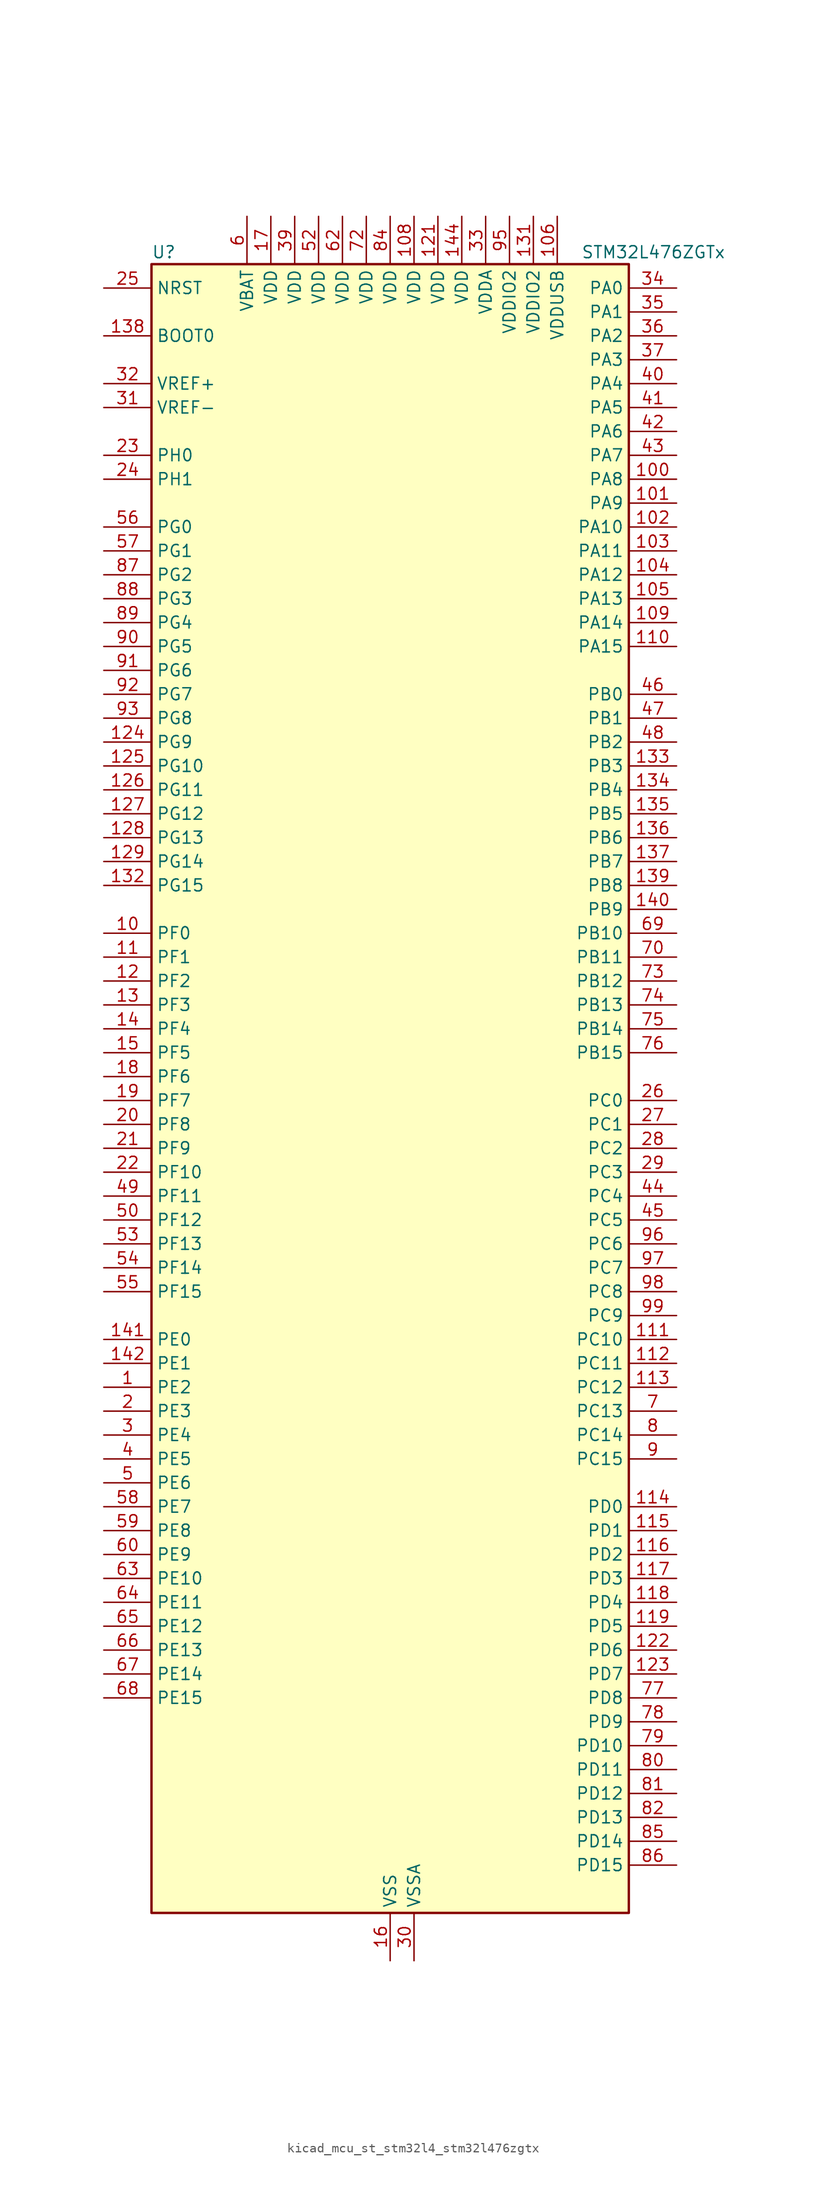
<source format=kicad_sym>
(kicad_symbol_lib
  (version 20220914)
  (generator kicad_symbol_editor)
  (symbol "kicad_mcu_st_stm32l4_stm32l476zgtx"
    (property "Reference" "U"
      (at -25.4 90.17 0)
      (effects (font (size 1.27 1.27)) (justify left)))
    (property "Value" "STM32L476ZGTx"
      (at 20.32 90.17 0)
      (effects (font (size 1.27 1.27)) (justify left)))
    (property "ki_locked" ""
      (at 0 0 0)
      (effects (font (size 1.27 1.27))))
    (symbol "kicad_mcu_st_stm32l4_stm32l476zgtx_0_1"
      (rectangle (start -25.4 -86.36) (end 25.4 88.9) (stroke (width 0.254) (type default)) (fill (type background))))
    (symbol "kicad_mcu_st_stm32l4_stm32l476zgtx_1_1"
      (pin bidirectional line (at -30.48 -30.48 0) (length 5.08) (name "PE2" (effects (font (size 1.27 1.27)))) (number "1" (effects (font (size 1.27 1.27)))) (alternate "FMC_A23" bidirectional line) (alternate "LCD_SEG38" bidirectional line) (alternate "SAI1_MCLK_A" bidirectional line) (alternate "SYS_TRACECLK" bidirectional line) (alternate "TIM3_ETR" bidirectional line) (alternate "TSC_G7_IO1" bidirectional line))
      (pin bidirectional line (at -30.48 17.78 0) (length 5.08) (name "PF0" (effects (font (size 1.27 1.27)))) (number "10" (effects (font (size 1.27 1.27)))) (alternate "FMC_A0" bidirectional line) (alternate "I2C2_SDA" bidirectional line))
      (pin bidirectional line (at 30.48 66.04 180) (length 5.08) (name "PA8" (effects (font (size 1.27 1.27)))) (number "100" (effects (font (size 1.27 1.27)))) (alternate "LCD_COM0" bidirectional line) (alternate "LPTIM2_OUT" bidirectional line) (alternate "RCC_MCO" bidirectional line) (alternate "TIM1_CH1" bidirectional line) (alternate "USART1_CK" bidirectional line) (alternate "USB_OTG_FS_SOF" bidirectional line))
      (pin bidirectional line (at 30.48 63.5 180) (length 5.08) (name "PA9" (effects (font (size 1.27 1.27)))) (number "101" (effects (font (size 1.27 1.27)))) (alternate "DAC1_EXTI9" bidirectional line) (alternate "LCD_COM1" bidirectional line) (alternate "TIM15_BKIN" bidirectional line) (alternate "TIM1_CH2" bidirectional line) (alternate "USART1_TX" bidirectional line) (alternate "USB_OTG_FS_VBUS" bidirectional line))
      (pin bidirectional line (at 30.48 60.96 180) (length 5.08) (name "PA10" (effects (font (size 1.27 1.27)))) (number "102" (effects (font (size 1.27 1.27)))) (alternate "LCD_COM2" bidirectional line) (alternate "TIM17_BKIN" bidirectional line) (alternate "TIM1_CH3" bidirectional line) (alternate "USART1_RX" bidirectional line) (alternate "USB_OTG_FS_ID" bidirectional line))
      (pin bidirectional line (at 30.48 58.42 180) (length 5.08) (name "PA11" (effects (font (size 1.27 1.27)))) (number "103" (effects (font (size 1.27 1.27)))) (alternate "ADC1_EXTI11" bidirectional line) (alternate "ADC2_EXTI11" bidirectional line) (alternate "ADC3_EXTI11" bidirectional line) (alternate "CAN1_RX" bidirectional line) (alternate "TIM1_BKIN2" bidirectional line) (alternate "TIM1_BKIN2_COMP1" bidirectional line) (alternate "TIM1_CH4" bidirectional line) (alternate "USART1_CTS" bidirectional line) (alternate "USB_OTG_FS_DM" bidirectional line))
      (pin bidirectional line (at 30.48 55.88 180) (length 5.08) (name "PA12" (effects (font (size 1.27 1.27)))) (number "104" (effects (font (size 1.27 1.27)))) (alternate "CAN1_TX" bidirectional line) (alternate "TIM1_ETR" bidirectional line) (alternate "USART1_DE" bidirectional line) (alternate "USART1_RTS" bidirectional line) (alternate "USB_OTG_FS_DP" bidirectional line))
      (pin bidirectional line (at 30.48 53.34 180) (length 5.08) (name "PA13" (effects (font (size 1.27 1.27)))) (number "105" (effects (font (size 1.27 1.27)))) (alternate "IR_OUT" bidirectional line) (alternate "SYS_JTMS-SWDIO" bidirectional line) (alternate "USB_OTG_FS_NOE" bidirectional line))
      (pin power_in line (at 17.78 93.98 270) (length 5.08) (name "VDDUSB" (effects (font (size 1.27 1.27)))) (number "106" (effects (font (size 1.27 1.27)))))
      (pin passive line (at 0 -91.44 90) (length 5.08) hide (name "VSS" (effects (font (size 1.27 1.27)))) (number "107" (effects (font (size 1.27 1.27)))))
      (pin power_in line (at 2.54 93.98 270) (length 5.08) (name "VDD" (effects (font (size 1.27 1.27)))) (number "108" (effects (font (size 1.27 1.27)))))
      (pin bidirectional line (at 30.48 50.8 180) (length 5.08) (name "PA14" (effects (font (size 1.27 1.27)))) (number "109" (effects (font (size 1.27 1.27)))) (alternate "SYS_JTCK-SWCLK" bidirectional line))
      (pin bidirectional line (at -30.48 15.24 0) (length 5.08) (name "PF1" (effects (font (size 1.27 1.27)))) (number "11" (effects (font (size 1.27 1.27)))) (alternate "FMC_A1" bidirectional line) (alternate "I2C2_SCL" bidirectional line))
      (pin bidirectional line (at 30.48 48.26 180) (length 5.08) (name "PA15" (effects (font (size 1.27 1.27)))) (number "110" (effects (font (size 1.27 1.27)))) (alternate "ADC1_EXTI15" bidirectional line) (alternate "ADC2_EXTI15" bidirectional line) (alternate "ADC3_EXTI15" bidirectional line) (alternate "LCD_SEG17" bidirectional line) (alternate "SAI2_FS_B" bidirectional line) (alternate "SPI1_NSS" bidirectional line) (alternate "SPI3_NSS" bidirectional line) (alternate "SYS_JTDI" bidirectional line) (alternate "TIM2_CH1" bidirectional line) (alternate "TIM2_ETR" bidirectional line) (alternate "TSC_G3_IO1" bidirectional line) (alternate "UART4_DE" bidirectional line) (alternate "UART4_RTS" bidirectional line))
      (pin bidirectional line (at 30.48 -25.4 180) (length 5.08) (name "PC10" (effects (font (size 1.27 1.27)))) (number "111" (effects (font (size 1.27 1.27)))) (alternate "LCD_COM4" bidirectional line) (alternate "LCD_SEG28" bidirectional line) (alternate "LCD_SEG40" bidirectional line) (alternate "SAI2_SCK_B" bidirectional line) (alternate "SDMMC1_D2" bidirectional line) (alternate "SPI3_SCK" bidirectional line) (alternate "TSC_G3_IO2" bidirectional line) (alternate "UART4_TX" bidirectional line) (alternate "USART3_TX" bidirectional line))
      (pin bidirectional line (at 30.48 -27.94 180) (length 5.08) (name "PC11" (effects (font (size 1.27 1.27)))) (number "112" (effects (font (size 1.27 1.27)))) (alternate "ADC1_EXTI11" bidirectional line) (alternate "ADC2_EXTI11" bidirectional line) (alternate "ADC3_EXTI11" bidirectional line) (alternate "LCD_COM5" bidirectional line) (alternate "LCD_SEG29" bidirectional line) (alternate "LCD_SEG41" bidirectional line) (alternate "SAI2_MCLK_B" bidirectional line) (alternate "SDMMC1_D3" bidirectional line) (alternate "SPI3_MISO" bidirectional line) (alternate "TSC_G3_IO3" bidirectional line) (alternate "UART4_RX" bidirectional line) (alternate "USART3_RX" bidirectional line))
      (pin bidirectional line (at 30.48 -30.48 180) (length 5.08) (name "PC12" (effects (font (size 1.27 1.27)))) (number "113" (effects (font (size 1.27 1.27)))) (alternate "LCD_COM6" bidirectional line) (alternate "LCD_SEG30" bidirectional line) (alternate "LCD_SEG42" bidirectional line) (alternate "SAI2_SD_B" bidirectional line) (alternate "SDMMC1_CK" bidirectional line) (alternate "SPI3_MOSI" bidirectional line) (alternate "TSC_G3_IO4" bidirectional line) (alternate "UART5_TX" bidirectional line) (alternate "USART3_CK" bidirectional line))
      (pin bidirectional line (at 30.48 -43.18 180) (length 5.08) (name "PD0" (effects (font (size 1.27 1.27)))) (number "114" (effects (font (size 1.27 1.27)))) (alternate "CAN1_RX" bidirectional line) (alternate "DFSDM1_DATIN7" bidirectional line) (alternate "FMC_D2" bidirectional line) (alternate "FMC_DA2" bidirectional line) (alternate "SPI2_NSS" bidirectional line))
      (pin bidirectional line (at 30.48 -45.72 180) (length 5.08) (name "PD1" (effects (font (size 1.27 1.27)))) (number "115" (effects (font (size 1.27 1.27)))) (alternate "CAN1_TX" bidirectional line) (alternate "DFSDM1_CKIN7" bidirectional line) (alternate "FMC_D3" bidirectional line) (alternate "FMC_DA3" bidirectional line) (alternate "SPI2_SCK" bidirectional line))
      (pin bidirectional line (at 30.48 -48.26 180) (length 5.08) (name "PD2" (effects (font (size 1.27 1.27)))) (number "116" (effects (font (size 1.27 1.27)))) (alternate "LCD_COM7" bidirectional line) (alternate "LCD_SEG31" bidirectional line) (alternate "LCD_SEG43" bidirectional line) (alternate "SDMMC1_CMD" bidirectional line) (alternate "TIM3_ETR" bidirectional line) (alternate "TSC_SYNC" bidirectional line) (alternate "UART5_RX" bidirectional line) (alternate "USART3_DE" bidirectional line) (alternate "USART3_RTS" bidirectional line))
      (pin bidirectional line (at 30.48 -50.8 180) (length 5.08) (name "PD3" (effects (font (size 1.27 1.27)))) (number "117" (effects (font (size 1.27 1.27)))) (alternate "DFSDM1_DATIN0" bidirectional line) (alternate "FMC_CLK" bidirectional line) (alternate "SPI2_MISO" bidirectional line) (alternate "USART2_CTS" bidirectional line))
      (pin bidirectional line (at 30.48 -53.34 180) (length 5.08) (name "PD4" (effects (font (size 1.27 1.27)))) (number "118" (effects (font (size 1.27 1.27)))) (alternate "DFSDM1_CKIN0" bidirectional line) (alternate "FMC_NOE" bidirectional line) (alternate "SPI2_MOSI" bidirectional line) (alternate "USART2_DE" bidirectional line) (alternate "USART2_RTS" bidirectional line))
      (pin bidirectional line (at 30.48 -55.88 180) (length 5.08) (name "PD5" (effects (font (size 1.27 1.27)))) (number "119" (effects (font (size 1.27 1.27)))) (alternate "FMC_NWE" bidirectional line) (alternate "USART2_TX" bidirectional line))
      (pin bidirectional line (at -30.48 12.7 0) (length 5.08) (name "PF2" (effects (font (size 1.27 1.27)))) (number "12" (effects (font (size 1.27 1.27)))) (alternate "FMC_A2" bidirectional line) (alternate "I2C2_SMBA" bidirectional line))
      (pin passive line (at 0 -91.44 90) (length 5.08) hide (name "VSS" (effects (font (size 1.27 1.27)))) (number "120" (effects (font (size 1.27 1.27)))))
      (pin power_in line (at 5.08 93.98 270) (length 5.08) (name "VDD" (effects (font (size 1.27 1.27)))) (number "121" (effects (font (size 1.27 1.27)))))
      (pin bidirectional line (at 30.48 -58.42 180) (length 5.08) (name "PD6" (effects (font (size 1.27 1.27)))) (number "122" (effects (font (size 1.27 1.27)))) (alternate "DFSDM1_DATIN1" bidirectional line) (alternate "FMC_NWAIT" bidirectional line) (alternate "SAI1_SD_A" bidirectional line) (alternate "USART2_RX" bidirectional line))
      (pin bidirectional line (at 30.48 -60.96 180) (length 5.08) (name "PD7" (effects (font (size 1.27 1.27)))) (number "123" (effects (font (size 1.27 1.27)))) (alternate "DFSDM1_CKIN1" bidirectional line) (alternate "FMC_NE1" bidirectional line) (alternate "USART2_CK" bidirectional line))
      (pin bidirectional line (at -30.48 38.1 0) (length 5.08) (name "PG9" (effects (font (size 1.27 1.27)))) (number "124" (effects (font (size 1.27 1.27)))) (alternate "DAC1_EXTI9" bidirectional line) (alternate "FMC_NCE3" bidirectional line) (alternate "FMC_NE2" bidirectional line) (alternate "SAI2_SCK_A" bidirectional line) (alternate "SPI3_SCK" bidirectional line) (alternate "TIM15_CH1N" bidirectional line) (alternate "USART1_TX" bidirectional line))
      (pin bidirectional line (at -30.48 35.56 0) (length 5.08) (name "PG10" (effects (font (size 1.27 1.27)))) (number "125" (effects (font (size 1.27 1.27)))) (alternate "FMC_NE3" bidirectional line) (alternate "LPTIM1_IN1" bidirectional line) (alternate "SAI2_FS_A" bidirectional line) (alternate "SPI3_MISO" bidirectional line) (alternate "TIM15_CH1" bidirectional line) (alternate "USART1_RX" bidirectional line))
      (pin bidirectional line (at -30.48 33.02 0) (length 5.08) (name "PG11" (effects (font (size 1.27 1.27)))) (number "126" (effects (font (size 1.27 1.27)))) (alternate "ADC1_EXTI11" bidirectional line) (alternate "ADC2_EXTI11" bidirectional line) (alternate "ADC3_EXTI11" bidirectional line) (alternate "LPTIM1_IN2" bidirectional line) (alternate "SAI2_MCLK_A" bidirectional line) (alternate "SPI3_MOSI" bidirectional line) (alternate "TIM15_CH2" bidirectional line) (alternate "USART1_CTS" bidirectional line))
      (pin bidirectional line (at -30.48 30.48 0) (length 5.08) (name "PG12" (effects (font (size 1.27 1.27)))) (number "127" (effects (font (size 1.27 1.27)))) (alternate "FMC_NE4" bidirectional line) (alternate "LPTIM1_ETR" bidirectional line) (alternate "SAI2_SD_A" bidirectional line) (alternate "SPI3_NSS" bidirectional line) (alternate "USART1_DE" bidirectional line) (alternate "USART1_RTS" bidirectional line))
      (pin bidirectional line (at -30.48 27.94 0) (length 5.08) (name "PG13" (effects (font (size 1.27 1.27)))) (number "128" (effects (font (size 1.27 1.27)))) (alternate "FMC_A24" bidirectional line) (alternate "I2C1_SDA" bidirectional line) (alternate "USART1_CK" bidirectional line))
      (pin bidirectional line (at -30.48 25.4 0) (length 5.08) (name "PG14" (effects (font (size 1.27 1.27)))) (number "129" (effects (font (size 1.27 1.27)))) (alternate "FMC_A25" bidirectional line) (alternate "I2C1_SCL" bidirectional line))
      (pin bidirectional line (at -30.48 10.16 0) (length 5.08) (name "PF3" (effects (font (size 1.27 1.27)))) (number "13" (effects (font (size 1.27 1.27)))) (alternate "ADC3_IN6" bidirectional line) (alternate "FMC_A3" bidirectional line))
      (pin passive line (at 0 -91.44 90) (length 5.08) hide (name "VSS" (effects (font (size 1.27 1.27)))) (number "130" (effects (font (size 1.27 1.27)))))
      (pin power_in line (at 15.24 93.98 270) (length 5.08) (name "VDDIO2" (effects (font (size 1.27 1.27)))) (number "131" (effects (font (size 1.27 1.27)))))
      (pin bidirectional line (at -30.48 22.86 0) (length 5.08) (name "PG15" (effects (font (size 1.27 1.27)))) (number "132" (effects (font (size 1.27 1.27)))) (alternate "ADC1_EXTI15" bidirectional line) (alternate "ADC2_EXTI15" bidirectional line) (alternate "ADC3_EXTI15" bidirectional line) (alternate "I2C1_SMBA" bidirectional line) (alternate "LPTIM1_OUT" bidirectional line))
      (pin bidirectional line (at 30.48 35.56 180) (length 5.08) (name "PB3" (effects (font (size 1.27 1.27)))) (number "133" (effects (font (size 1.27 1.27)))) (alternate "COMP2_INM" bidirectional line) (alternate "LCD_SEG7" bidirectional line) (alternate "SAI1_SCK_B" bidirectional line) (alternate "SPI1_SCK" bidirectional line) (alternate "SPI3_SCK" bidirectional line) (alternate "SYS_JTDO-SWO" bidirectional line) (alternate "TIM2_CH2" bidirectional line) (alternate "USART1_DE" bidirectional line) (alternate "USART1_RTS" bidirectional line))
      (pin bidirectional line (at 30.48 33.02 180) (length 5.08) (name "PB4" (effects (font (size 1.27 1.27)))) (number "134" (effects (font (size 1.27 1.27)))) (alternate "COMP2_INP" bidirectional line) (alternate "LCD_SEG8" bidirectional line) (alternate "SAI1_MCLK_B" bidirectional line) (alternate "SPI1_MISO" bidirectional line) (alternate "SPI3_MISO" bidirectional line) (alternate "SYS_JTRST" bidirectional line) (alternate "TIM17_BKIN" bidirectional line) (alternate "TIM3_CH1" bidirectional line) (alternate "TSC_G2_IO1" bidirectional line) (alternate "UART5_DE" bidirectional line) (alternate "UART5_RTS" bidirectional line) (alternate "USART1_CTS" bidirectional line))
      (pin bidirectional line (at 30.48 30.48 180) (length 5.08) (name "PB5" (effects (font (size 1.27 1.27)))) (number "135" (effects (font (size 1.27 1.27)))) (alternate "COMP2_OUT" bidirectional line) (alternate "I2C1_SMBA" bidirectional line) (alternate "LCD_SEG9" bidirectional line) (alternate "LPTIM1_IN1" bidirectional line) (alternate "SAI1_SD_B" bidirectional line) (alternate "SPI1_MOSI" bidirectional line) (alternate "SPI3_MOSI" bidirectional line) (alternate "TIM16_BKIN" bidirectional line) (alternate "TIM3_CH2" bidirectional line) (alternate "TSC_G2_IO2" bidirectional line) (alternate "UART5_CTS" bidirectional line) (alternate "USART1_CK" bidirectional line))
      (pin bidirectional line (at 30.48 27.94 180) (length 5.08) (name "PB6" (effects (font (size 1.27 1.27)))) (number "136" (effects (font (size 1.27 1.27)))) (alternate "COMP2_INP" bidirectional line) (alternate "DFSDM1_DATIN5" bidirectional line) (alternate "I2C1_SCL" bidirectional line) (alternate "LPTIM1_ETR" bidirectional line) (alternate "SAI1_FS_B" bidirectional line) (alternate "TIM16_CH1N" bidirectional line) (alternate "TIM4_CH1" bidirectional line) (alternate "TIM8_BKIN2" bidirectional line) (alternate "TIM8_BKIN2_COMP2" bidirectional line) (alternate "TSC_G2_IO3" bidirectional line) (alternate "USART1_TX" bidirectional line))
      (pin bidirectional line (at 30.48 25.4 180) (length 5.08) (name "PB7" (effects (font (size 1.27 1.27)))) (number "137" (effects (font (size 1.27 1.27)))) (alternate "COMP2_INM" bidirectional line) (alternate "DFSDM1_CKIN5" bidirectional line) (alternate "FMC_NL" bidirectional line) (alternate "I2C1_SDA" bidirectional line) (alternate "LCD_SEG21" bidirectional line) (alternate "LPTIM1_IN2" bidirectional line) (alternate "SYS_PVD_IN" bidirectional line) (alternate "TIM17_CH1N" bidirectional line) (alternate "TIM4_CH2" bidirectional line) (alternate "TIM8_BKIN" bidirectional line) (alternate "TIM8_BKIN_COMP1" bidirectional line) (alternate "TSC_G2_IO4" bidirectional line) (alternate "UART4_CTS" bidirectional line) (alternate "USART1_RX" bidirectional line))
      (pin input line (at -30.48 81.28 0) (length 5.08) (name "BOOT0" (effects (font (size 1.27 1.27)))) (number "138" (effects (font (size 1.27 1.27)))))
      (pin bidirectional line (at 30.48 22.86 180) (length 5.08) (name "PB8" (effects (font (size 1.27 1.27)))) (number "139" (effects (font (size 1.27 1.27)))) (alternate "CAN1_RX" bidirectional line) (alternate "DFSDM1_DATIN6" bidirectional line) (alternate "I2C1_SCL" bidirectional line) (alternate "LCD_SEG16" bidirectional line) (alternate "SAI1_MCLK_A" bidirectional line) (alternate "SDMMC1_D4" bidirectional line) (alternate "TIM16_CH1" bidirectional line) (alternate "TIM4_CH3" bidirectional line))
      (pin bidirectional line (at -30.48 7.62 0) (length 5.08) (name "PF4" (effects (font (size 1.27 1.27)))) (number "14" (effects (font (size 1.27 1.27)))) (alternate "ADC3_IN7" bidirectional line) (alternate "FMC_A4" bidirectional line))
      (pin bidirectional line (at 30.48 20.32 180) (length 5.08) (name "PB9" (effects (font (size 1.27 1.27)))) (number "140" (effects (font (size 1.27 1.27)))) (alternate "CAN1_TX" bidirectional line) (alternate "DAC1_EXTI9" bidirectional line) (alternate "DFSDM1_CKIN6" bidirectional line) (alternate "I2C1_SDA" bidirectional line) (alternate "IR_OUT" bidirectional line) (alternate "LCD_COM3" bidirectional line) (alternate "SAI1_FS_A" bidirectional line) (alternate "SDMMC1_D5" bidirectional line) (alternate "SPI2_NSS" bidirectional line) (alternate "TIM17_CH1" bidirectional line) (alternate "TIM4_CH4" bidirectional line))
      (pin bidirectional line (at -30.48 -25.4 0) (length 5.08) (name "PE0" (effects (font (size 1.27 1.27)))) (number "141" (effects (font (size 1.27 1.27)))) (alternate "FMC_NBL0" bidirectional line) (alternate "LCD_SEG36" bidirectional line) (alternate "TIM16_CH1" bidirectional line) (alternate "TIM4_ETR" bidirectional line))
      (pin bidirectional line (at -30.48 -27.94 0) (length 5.08) (name "PE1" (effects (font (size 1.27 1.27)))) (number "142" (effects (font (size 1.27 1.27)))) (alternate "FMC_NBL1" bidirectional line) (alternate "LCD_SEG37" bidirectional line) (alternate "TIM17_CH1" bidirectional line))
      (pin passive line (at 0 -91.44 90) (length 5.08) hide (name "VSS" (effects (font (size 1.27 1.27)))) (number "143" (effects (font (size 1.27 1.27)))))
      (pin power_in line (at 7.62 93.98 270) (length 5.08) (name "VDD" (effects (font (size 1.27 1.27)))) (number "144" (effects (font (size 1.27 1.27)))))
      (pin bidirectional line (at -30.48 5.08 0) (length 5.08) (name "PF5" (effects (font (size 1.27 1.27)))) (number "15" (effects (font (size 1.27 1.27)))) (alternate "ADC3_IN8" bidirectional line) (alternate "FMC_A5" bidirectional line))
      (pin power_in line (at 0 -91.44 90) (length 5.08) (name "VSS" (effects (font (size 1.27 1.27)))) (number "16" (effects (font (size 1.27 1.27)))))
      (pin power_in line (at -12.7 93.98 270) (length 5.08) (name "VDD" (effects (font (size 1.27 1.27)))) (number "17" (effects (font (size 1.27 1.27)))))
      (pin bidirectional line (at -30.48 2.54 0) (length 5.08) (name "PF6" (effects (font (size 1.27 1.27)))) (number "18" (effects (font (size 1.27 1.27)))) (alternate "ADC3_IN9" bidirectional line) (alternate "SAI1_SD_B" bidirectional line) (alternate "TIM5_CH1" bidirectional line) (alternate "TIM5_ETR" bidirectional line))
      (pin bidirectional line (at -30.48 0 0) (length 5.08) (name "PF7" (effects (font (size 1.27 1.27)))) (number "19" (effects (font (size 1.27 1.27)))) (alternate "ADC3_IN10" bidirectional line) (alternate "SAI1_MCLK_B" bidirectional line) (alternate "TIM5_CH2" bidirectional line))
      (pin bidirectional line (at -30.48 -33.02 0) (length 5.08) (name "PE3" (effects (font (size 1.27 1.27)))) (number "2" (effects (font (size 1.27 1.27)))) (alternate "FMC_A19" bidirectional line) (alternate "LCD_SEG39" bidirectional line) (alternate "SAI1_SD_B" bidirectional line) (alternate "SYS_TRACED0" bidirectional line) (alternate "TIM3_CH1" bidirectional line) (alternate "TSC_G7_IO2" bidirectional line))
      (pin bidirectional line (at -30.48 -2.54 0) (length 5.08) (name "PF8" (effects (font (size 1.27 1.27)))) (number "20" (effects (font (size 1.27 1.27)))) (alternate "ADC3_IN11" bidirectional line) (alternate "SAI1_SCK_B" bidirectional line) (alternate "TIM5_CH3" bidirectional line))
      (pin bidirectional line (at -30.48 -5.08 0) (length 5.08) (name "PF9" (effects (font (size 1.27 1.27)))) (number "21" (effects (font (size 1.27 1.27)))) (alternate "ADC3_IN12" bidirectional line) (alternate "DAC1_EXTI9" bidirectional line) (alternate "SAI1_FS_B" bidirectional line) (alternate "TIM15_CH1" bidirectional line) (alternate "TIM5_CH4" bidirectional line))
      (pin bidirectional line (at -30.48 -7.62 0) (length 5.08) (name "PF10" (effects (font (size 1.27 1.27)))) (number "22" (effects (font (size 1.27 1.27)))) (alternate "ADC3_IN13" bidirectional line) (alternate "TIM15_CH2" bidirectional line))
      (pin bidirectional line (at -30.48 68.58 0) (length 5.08) (name "PH0" (effects (font (size 1.27 1.27)))) (number "23" (effects (font (size 1.27 1.27)))) (alternate "RCC_OSC_IN" bidirectional line))
      (pin bidirectional line (at -30.48 66.04 0) (length 5.08) (name "PH1" (effects (font (size 1.27 1.27)))) (number "24" (effects (font (size 1.27 1.27)))) (alternate "RCC_OSC_OUT" bidirectional line))
      (pin input line (at -30.48 86.36 0) (length 5.08) (name "NRST" (effects (font (size 1.27 1.27)))) (number "25" (effects (font (size 1.27 1.27)))))
      (pin bidirectional line (at 30.48 0 180) (length 5.08) (name "PC0" (effects (font (size 1.27 1.27)))) (number "26" (effects (font (size 1.27 1.27)))) (alternate "ADC1_IN1" bidirectional line) (alternate "ADC2_IN1" bidirectional line) (alternate "ADC3_IN1" bidirectional line) (alternate "DFSDM1_DATIN4" bidirectional line) (alternate "I2C3_SCL" bidirectional line) (alternate "LCD_SEG18" bidirectional line) (alternate "LPTIM1_IN1" bidirectional line) (alternate "LPTIM2_IN1" bidirectional line) (alternate "LPUART1_RX" bidirectional line))
      (pin bidirectional line (at 30.48 -2.54 180) (length 5.08) (name "PC1" (effects (font (size 1.27 1.27)))) (number "27" (effects (font (size 1.27 1.27)))) (alternate "ADC1_IN2" bidirectional line) (alternate "ADC2_IN2" bidirectional line) (alternate "ADC3_IN2" bidirectional line) (alternate "DFSDM1_CKIN4" bidirectional line) (alternate "I2C3_SDA" bidirectional line) (alternate "LCD_SEG19" bidirectional line) (alternate "LPTIM1_OUT" bidirectional line) (alternate "LPUART1_TX" bidirectional line))
      (pin bidirectional line (at 30.48 -5.08 180) (length 5.08) (name "PC2" (effects (font (size 1.27 1.27)))) (number "28" (effects (font (size 1.27 1.27)))) (alternate "ADC1_IN3" bidirectional line) (alternate "ADC2_IN3" bidirectional line) (alternate "ADC3_IN3" bidirectional line) (alternate "DFSDM1_CKOUT" bidirectional line) (alternate "LCD_SEG20" bidirectional line) (alternate "LPTIM1_IN2" bidirectional line) (alternate "SPI2_MISO" bidirectional line))
      (pin bidirectional line (at 30.48 -7.62 180) (length 5.08) (name "PC3" (effects (font (size 1.27 1.27)))) (number "29" (effects (font (size 1.27 1.27)))) (alternate "ADC1_IN4" bidirectional line) (alternate "ADC2_IN4" bidirectional line) (alternate "ADC3_IN4" bidirectional line) (alternate "LCD_VLCD" bidirectional line) (alternate "LPTIM1_ETR" bidirectional line) (alternate "LPTIM2_ETR" bidirectional line) (alternate "SAI1_SD_A" bidirectional line) (alternate "SPI2_MOSI" bidirectional line))
      (pin bidirectional line (at -30.48 -35.56 0) (length 5.08) (name "PE4" (effects (font (size 1.27 1.27)))) (number "3" (effects (font (size 1.27 1.27)))) (alternate "DFSDM1_DATIN3" bidirectional line) (alternate "FMC_A20" bidirectional line) (alternate "SAI1_FS_A" bidirectional line) (alternate "SYS_TRACED1" bidirectional line) (alternate "TIM3_CH2" bidirectional line) (alternate "TSC_G7_IO3" bidirectional line))
      (pin power_in line (at 2.54 -91.44 90) (length 5.08) (name "VSSA" (effects (font (size 1.27 1.27)))) (number "30" (effects (font (size 1.27 1.27)))))
      (pin input line (at -30.48 73.66 0) (length 5.08) (name "VREF-" (effects (font (size 1.27 1.27)))) (number "31" (effects (font (size 1.27 1.27)))))
      (pin input line (at -30.48 76.2 0) (length 5.08) (name "VREF+" (effects (font (size 1.27 1.27)))) (number "32" (effects (font (size 1.27 1.27)))) (alternate "VREFBUF_OUT" bidirectional line))
      (pin power_in line (at 10.16 93.98 270) (length 5.08) (name "VDDA" (effects (font (size 1.27 1.27)))) (number "33" (effects (font (size 1.27 1.27)))))
      (pin bidirectional line (at 30.48 86.36 180) (length 5.08) (name "PA0" (effects (font (size 1.27 1.27)))) (number "34" (effects (font (size 1.27 1.27)))) (alternate "ADC1_IN5" bidirectional line) (alternate "ADC2_IN5" bidirectional line) (alternate "OPAMP1_VINP" bidirectional line) (alternate "RTC_TAMP2" bidirectional line) (alternate "SAI1_EXTCLK" bidirectional line) (alternate "SYS_WKUP1" bidirectional line) (alternate "TIM2_CH1" bidirectional line) (alternate "TIM2_ETR" bidirectional line) (alternate "TIM5_CH1" bidirectional line) (alternate "TIM8_ETR" bidirectional line) (alternate "UART4_TX" bidirectional line) (alternate "USART2_CTS" bidirectional line))
      (pin bidirectional line (at 30.48 83.82 180) (length 5.08) (name "PA1" (effects (font (size 1.27 1.27)))) (number "35" (effects (font (size 1.27 1.27)))) (alternate "ADC1_IN6" bidirectional line) (alternate "ADC2_IN6" bidirectional line) (alternate "LCD_SEG0" bidirectional line) (alternate "OPAMP1_VINM" bidirectional line) (alternate "TIM15_CH1N" bidirectional line) (alternate "TIM2_CH2" bidirectional line) (alternate "TIM5_CH2" bidirectional line) (alternate "UART4_RX" bidirectional line) (alternate "USART2_DE" bidirectional line) (alternate "USART2_RTS" bidirectional line))
      (pin bidirectional line (at 30.48 81.28 180) (length 5.08) (name "PA2" (effects (font (size 1.27 1.27)))) (number "36" (effects (font (size 1.27 1.27)))) (alternate "ADC1_IN7" bidirectional line) (alternate "ADC2_IN7" bidirectional line) (alternate "LCD_SEG1" bidirectional line) (alternate "RCC_LSCO" bidirectional line) (alternate "SAI2_EXTCLK" bidirectional line) (alternate "SYS_WKUP4" bidirectional line) (alternate "TIM15_CH1" bidirectional line) (alternate "TIM2_CH3" bidirectional line) (alternate "TIM5_CH3" bidirectional line) (alternate "USART2_TX" bidirectional line))
      (pin bidirectional line (at 30.48 78.74 180) (length 5.08) (name "PA3" (effects (font (size 1.27 1.27)))) (number "37" (effects (font (size 1.27 1.27)))) (alternate "ADC1_IN8" bidirectional line) (alternate "ADC2_IN8" bidirectional line) (alternate "LCD_SEG2" bidirectional line) (alternate "OPAMP1_VOUT" bidirectional line) (alternate "TIM15_CH2" bidirectional line) (alternate "TIM2_CH4" bidirectional line) (alternate "TIM5_CH4" bidirectional line) (alternate "USART2_RX" bidirectional line))
      (pin passive line (at 0 -91.44 90) (length 5.08) hide (name "VSS" (effects (font (size 1.27 1.27)))) (number "38" (effects (font (size 1.27 1.27)))))
      (pin power_in line (at -10.16 93.98 270) (length 5.08) (name "VDD" (effects (font (size 1.27 1.27)))) (number "39" (effects (font (size 1.27 1.27)))))
      (pin bidirectional line (at -30.48 -38.1 0) (length 5.08) (name "PE5" (effects (font (size 1.27 1.27)))) (number "4" (effects (font (size 1.27 1.27)))) (alternate "DFSDM1_CKIN3" bidirectional line) (alternate "FMC_A21" bidirectional line) (alternate "SAI1_SCK_A" bidirectional line) (alternate "SYS_TRACED2" bidirectional line) (alternate "TIM3_CH3" bidirectional line) (alternate "TSC_G7_IO4" bidirectional line))
      (pin bidirectional line (at 30.48 76.2 180) (length 5.08) (name "PA4" (effects (font (size 1.27 1.27)))) (number "40" (effects (font (size 1.27 1.27)))) (alternate "ADC1_IN9" bidirectional line) (alternate "ADC2_IN9" bidirectional line) (alternate "DAC1_OUT1" bidirectional line) (alternate "LPTIM2_OUT" bidirectional line) (alternate "SAI1_FS_B" bidirectional line) (alternate "SPI1_NSS" bidirectional line) (alternate "SPI3_NSS" bidirectional line) (alternate "USART2_CK" bidirectional line))
      (pin bidirectional line (at 30.48 73.66 180) (length 5.08) (name "PA5" (effects (font (size 1.27 1.27)))) (number "41" (effects (font (size 1.27 1.27)))) (alternate "ADC1_IN10" bidirectional line) (alternate "ADC2_IN10" bidirectional line) (alternate "DAC1_OUT2" bidirectional line) (alternate "LPTIM2_ETR" bidirectional line) (alternate "SPI1_SCK" bidirectional line) (alternate "TIM2_CH1" bidirectional line) (alternate "TIM2_ETR" bidirectional line) (alternate "TIM8_CH1N" bidirectional line))
      (pin bidirectional line (at 30.48 71.12 180) (length 5.08) (name "PA6" (effects (font (size 1.27 1.27)))) (number "42" (effects (font (size 1.27 1.27)))) (alternate "ADC1_IN11" bidirectional line) (alternate "ADC2_IN11" bidirectional line) (alternate "LCD_SEG3" bidirectional line) (alternate "OPAMP2_VINP" bidirectional line) (alternate "QUADSPI_BK1_IO3" bidirectional line) (alternate "SPI1_MISO" bidirectional line) (alternate "TIM16_CH1" bidirectional line) (alternate "TIM1_BKIN" bidirectional line) (alternate "TIM1_BKIN_COMP2" bidirectional line) (alternate "TIM3_CH1" bidirectional line) (alternate "TIM8_BKIN" bidirectional line) (alternate "TIM8_BKIN_COMP2" bidirectional line) (alternate "USART3_CTS" bidirectional line))
      (pin bidirectional line (at 30.48 68.58 180) (length 5.08) (name "PA7" (effects (font (size 1.27 1.27)))) (number "43" (effects (font (size 1.27 1.27)))) (alternate "ADC1_IN12" bidirectional line) (alternate "ADC2_IN12" bidirectional line) (alternate "LCD_SEG4" bidirectional line) (alternate "OPAMP2_VINM" bidirectional line) (alternate "QUADSPI_BK1_IO2" bidirectional line) (alternate "SPI1_MOSI" bidirectional line) (alternate "TIM17_CH1" bidirectional line) (alternate "TIM1_CH1N" bidirectional line) (alternate "TIM3_CH2" bidirectional line) (alternate "TIM8_CH1N" bidirectional line))
      (pin bidirectional line (at 30.48 -10.16 180) (length 5.08) (name "PC4" (effects (font (size 1.27 1.27)))) (number "44" (effects (font (size 1.27 1.27)))) (alternate "ADC1_IN13" bidirectional line) (alternate "ADC2_IN13" bidirectional line) (alternate "COMP1_INM" bidirectional line) (alternate "LCD_SEG22" bidirectional line) (alternate "USART3_TX" bidirectional line))
      (pin bidirectional line (at 30.48 -12.7 180) (length 5.08) (name "PC5" (effects (font (size 1.27 1.27)))) (number "45" (effects (font (size 1.27 1.27)))) (alternate "ADC1_IN14" bidirectional line) (alternate "ADC2_IN14" bidirectional line) (alternate "COMP1_INP" bidirectional line) (alternate "LCD_SEG23" bidirectional line) (alternate "SYS_WKUP5" bidirectional line) (alternate "USART3_RX" bidirectional line))
      (pin bidirectional line (at 30.48 43.18 180) (length 5.08) (name "PB0" (effects (font (size 1.27 1.27)))) (number "46" (effects (font (size 1.27 1.27)))) (alternate "ADC1_IN15" bidirectional line) (alternate "ADC2_IN15" bidirectional line) (alternate "COMP1_OUT" bidirectional line) (alternate "LCD_SEG5" bidirectional line) (alternate "OPAMP2_VOUT" bidirectional line) (alternate "QUADSPI_BK1_IO1" bidirectional line) (alternate "TIM1_CH2N" bidirectional line) (alternate "TIM3_CH3" bidirectional line) (alternate "TIM8_CH2N" bidirectional line) (alternate "USART3_CK" bidirectional line))
      (pin bidirectional line (at 30.48 40.64 180) (length 5.08) (name "PB1" (effects (font (size 1.27 1.27)))) (number "47" (effects (font (size 1.27 1.27)))) (alternate "ADC1_IN16" bidirectional line) (alternate "ADC2_IN16" bidirectional line) (alternate "COMP1_INM" bidirectional line) (alternate "DFSDM1_DATIN0" bidirectional line) (alternate "LCD_SEG6" bidirectional line) (alternate "LPTIM2_IN1" bidirectional line) (alternate "QUADSPI_BK1_IO0" bidirectional line) (alternate "TIM1_CH3N" bidirectional line) (alternate "TIM3_CH4" bidirectional line) (alternate "TIM8_CH3N" bidirectional line) (alternate "USART3_DE" bidirectional line) (alternate "USART3_RTS" bidirectional line))
      (pin bidirectional line (at 30.48 38.1 180) (length 5.08) (name "PB2" (effects (font (size 1.27 1.27)))) (number "48" (effects (font (size 1.27 1.27)))) (alternate "COMP1_INP" bidirectional line) (alternate "DFSDM1_CKIN0" bidirectional line) (alternate "I2C3_SMBA" bidirectional line) (alternate "LPTIM1_OUT" bidirectional line) (alternate "RTC_OUT_ALARM" bidirectional line) (alternate "RTC_OUT_CALIB" bidirectional line))
      (pin bidirectional line (at -30.48 -10.16 0) (length 5.08) (name "PF11" (effects (font (size 1.27 1.27)))) (number "49" (effects (font (size 1.27 1.27)))) (alternate "ADC1_EXTI11" bidirectional line) (alternate "ADC2_EXTI11" bidirectional line) (alternate "ADC3_EXTI11" bidirectional line))
      (pin bidirectional line (at -30.48 -40.64 0) (length 5.08) (name "PE6" (effects (font (size 1.27 1.27)))) (number "5" (effects (font (size 1.27 1.27)))) (alternate "FMC_A22" bidirectional line) (alternate "RTC_TAMP3" bidirectional line) (alternate "SAI1_SD_A" bidirectional line) (alternate "SYS_TRACED3" bidirectional line) (alternate "SYS_WKUP3" bidirectional line) (alternate "TIM3_CH4" bidirectional line))
      (pin bidirectional line (at -30.48 -12.7 0) (length 5.08) (name "PF12" (effects (font (size 1.27 1.27)))) (number "50" (effects (font (size 1.27 1.27)))) (alternate "FMC_A6" bidirectional line))
      (pin passive line (at 0 -91.44 90) (length 5.08) hide (name "VSS" (effects (font (size 1.27 1.27)))) (number "51" (effects (font (size 1.27 1.27)))))
      (pin power_in line (at -7.62 93.98 270) (length 5.08) (name "VDD" (effects (font (size 1.27 1.27)))) (number "52" (effects (font (size 1.27 1.27)))))
      (pin bidirectional line (at -30.48 -15.24 0) (length 5.08) (name "PF13" (effects (font (size 1.27 1.27)))) (number "53" (effects (font (size 1.27 1.27)))) (alternate "DFSDM1_DATIN6" bidirectional line) (alternate "FMC_A7" bidirectional line))
      (pin bidirectional line (at -30.48 -17.78 0) (length 5.08) (name "PF14" (effects (font (size 1.27 1.27)))) (number "54" (effects (font (size 1.27 1.27)))) (alternate "DFSDM1_CKIN6" bidirectional line) (alternate "FMC_A8" bidirectional line) (alternate "TSC_G8_IO1" bidirectional line))
      (pin bidirectional line (at -30.48 -20.32 0) (length 5.08) (name "PF15" (effects (font (size 1.27 1.27)))) (number "55" (effects (font (size 1.27 1.27)))) (alternate "ADC1_EXTI15" bidirectional line) (alternate "ADC2_EXTI15" bidirectional line) (alternate "ADC3_EXTI15" bidirectional line) (alternate "FMC_A9" bidirectional line) (alternate "TSC_G8_IO2" bidirectional line))
      (pin bidirectional line (at -30.48 60.96 0) (length 5.08) (name "PG0" (effects (font (size 1.27 1.27)))) (number "56" (effects (font (size 1.27 1.27)))) (alternate "FMC_A10" bidirectional line) (alternate "TSC_G8_IO3" bidirectional line))
      (pin bidirectional line (at -30.48 58.42 0) (length 5.08) (name "PG1" (effects (font (size 1.27 1.27)))) (number "57" (effects (font (size 1.27 1.27)))) (alternate "FMC_A11" bidirectional line) (alternate "TSC_G8_IO4" bidirectional line))
      (pin bidirectional line (at -30.48 -43.18 0) (length 5.08) (name "PE7" (effects (font (size 1.27 1.27)))) (number "58" (effects (font (size 1.27 1.27)))) (alternate "DFSDM1_DATIN2" bidirectional line) (alternate "FMC_D4" bidirectional line) (alternate "FMC_DA4" bidirectional line) (alternate "SAI1_SD_B" bidirectional line) (alternate "TIM1_ETR" bidirectional line))
      (pin bidirectional line (at -30.48 -45.72 0) (length 5.08) (name "PE8" (effects (font (size 1.27 1.27)))) (number "59" (effects (font (size 1.27 1.27)))) (alternate "DFSDM1_CKIN2" bidirectional line) (alternate "FMC_D5" bidirectional line) (alternate "FMC_DA5" bidirectional line) (alternate "SAI1_SCK_B" bidirectional line) (alternate "TIM1_CH1N" bidirectional line))
      (pin power_in line (at -15.24 93.98 270) (length 5.08) (name "VBAT" (effects (font (size 1.27 1.27)))) (number "6" (effects (font (size 1.27 1.27)))))
      (pin bidirectional line (at -30.48 -48.26 0) (length 5.08) (name "PE9" (effects (font (size 1.27 1.27)))) (number "60" (effects (font (size 1.27 1.27)))) (alternate "DAC1_EXTI9" bidirectional line) (alternate "DFSDM1_CKOUT" bidirectional line) (alternate "FMC_D6" bidirectional line) (alternate "FMC_DA6" bidirectional line) (alternate "SAI1_FS_B" bidirectional line) (alternate "TIM1_CH1" bidirectional line))
      (pin passive line (at 0 -91.44 90) (length 5.08) hide (name "VSS" (effects (font (size 1.27 1.27)))) (number "61" (effects (font (size 1.27 1.27)))))
      (pin power_in line (at -5.08 93.98 270) (length 5.08) (name "VDD" (effects (font (size 1.27 1.27)))) (number "62" (effects (font (size 1.27 1.27)))))
      (pin bidirectional line (at -30.48 -50.8 0) (length 5.08) (name "PE10" (effects (font (size 1.27 1.27)))) (number "63" (effects (font (size 1.27 1.27)))) (alternate "DFSDM1_DATIN4" bidirectional line) (alternate "FMC_D7" bidirectional line) (alternate "FMC_DA7" bidirectional line) (alternate "QUADSPI_CLK" bidirectional line) (alternate "SAI1_MCLK_B" bidirectional line) (alternate "TIM1_CH2N" bidirectional line) (alternate "TSC_G5_IO1" bidirectional line))
      (pin bidirectional line (at -30.48 -53.34 0) (length 5.08) (name "PE11" (effects (font (size 1.27 1.27)))) (number "64" (effects (font (size 1.27 1.27)))) (alternate "ADC1_EXTI11" bidirectional line) (alternate "ADC2_EXTI11" bidirectional line) (alternate "ADC3_EXTI11" bidirectional line) (alternate "DFSDM1_CKIN4" bidirectional line) (alternate "FMC_D8" bidirectional line) (alternate "FMC_DA8" bidirectional line) (alternate "QUADSPI_NCS" bidirectional line) (alternate "TIM1_CH2" bidirectional line) (alternate "TSC_G5_IO2" bidirectional line))
      (pin bidirectional line (at -30.48 -55.88 0) (length 5.08) (name "PE12" (effects (font (size 1.27 1.27)))) (number "65" (effects (font (size 1.27 1.27)))) (alternate "DFSDM1_DATIN5" bidirectional line) (alternate "FMC_D9" bidirectional line) (alternate "FMC_DA9" bidirectional line) (alternate "QUADSPI_BK1_IO0" bidirectional line) (alternate "SPI1_NSS" bidirectional line) (alternate "TIM1_CH3N" bidirectional line) (alternate "TSC_G5_IO3" bidirectional line))
      (pin bidirectional line (at -30.48 -58.42 0) (length 5.08) (name "PE13" (effects (font (size 1.27 1.27)))) (number "66" (effects (font (size 1.27 1.27)))) (alternate "DFSDM1_CKIN5" bidirectional line) (alternate "FMC_D10" bidirectional line) (alternate "FMC_DA10" bidirectional line) (alternate "QUADSPI_BK1_IO1" bidirectional line) (alternate "SPI1_SCK" bidirectional line) (alternate "TIM1_CH3" bidirectional line) (alternate "TSC_G5_IO4" bidirectional line))
      (pin bidirectional line (at -30.48 -60.96 0) (length 5.08) (name "PE14" (effects (font (size 1.27 1.27)))) (number "67" (effects (font (size 1.27 1.27)))) (alternate "FMC_D11" bidirectional line) (alternate "FMC_DA11" bidirectional line) (alternate "QUADSPI_BK1_IO2" bidirectional line) (alternate "SPI1_MISO" bidirectional line) (alternate "TIM1_BKIN2" bidirectional line) (alternate "TIM1_BKIN2_COMP2" bidirectional line) (alternate "TIM1_CH4" bidirectional line))
      (pin bidirectional line (at -30.48 -63.5 0) (length 5.08) (name "PE15" (effects (font (size 1.27 1.27)))) (number "68" (effects (font (size 1.27 1.27)))) (alternate "ADC1_EXTI15" bidirectional line) (alternate "ADC2_EXTI15" bidirectional line) (alternate "ADC3_EXTI15" bidirectional line) (alternate "FMC_D12" bidirectional line) (alternate "FMC_DA12" bidirectional line) (alternate "QUADSPI_BK1_IO3" bidirectional line) (alternate "SPI1_MOSI" bidirectional line) (alternate "TIM1_BKIN" bidirectional line) (alternate "TIM1_BKIN_COMP1" bidirectional line))
      (pin bidirectional line (at 30.48 17.78 180) (length 5.08) (name "PB10" (effects (font (size 1.27 1.27)))) (number "69" (effects (font (size 1.27 1.27)))) (alternate "COMP1_OUT" bidirectional line) (alternate "DFSDM1_DATIN7" bidirectional line) (alternate "I2C2_SCL" bidirectional line) (alternate "LCD_SEG10" bidirectional line) (alternate "LPUART1_RX" bidirectional line) (alternate "QUADSPI_CLK" bidirectional line) (alternate "SAI1_SCK_A" bidirectional line) (alternate "SPI2_SCK" bidirectional line) (alternate "TIM2_CH3" bidirectional line) (alternate "USART3_TX" bidirectional line))
      (pin bidirectional line (at 30.48 -33.02 180) (length 5.08) (name "PC13" (effects (font (size 1.27 1.27)))) (number "7" (effects (font (size 1.27 1.27)))) (alternate "RTC_OUT_ALARM" bidirectional line) (alternate "RTC_OUT_CALIB" bidirectional line) (alternate "RTC_TAMP1" bidirectional line) (alternate "RTC_TS" bidirectional line) (alternate "SYS_WKUP2" bidirectional line))
      (pin bidirectional line (at 30.48 15.24 180) (length 5.08) (name "PB11" (effects (font (size 1.27 1.27)))) (number "70" (effects (font (size 1.27 1.27)))) (alternate "ADC1_EXTI11" bidirectional line) (alternate "ADC2_EXTI11" bidirectional line) (alternate "ADC3_EXTI11" bidirectional line) (alternate "COMP2_OUT" bidirectional line) (alternate "DFSDM1_CKIN7" bidirectional line) (alternate "I2C2_SDA" bidirectional line) (alternate "LCD_SEG11" bidirectional line) (alternate "LPUART1_TX" bidirectional line) (alternate "QUADSPI_NCS" bidirectional line) (alternate "TIM2_CH4" bidirectional line) (alternate "USART3_RX" bidirectional line))
      (pin passive line (at 0 -91.44 90) (length 5.08) hide (name "VSS" (effects (font (size 1.27 1.27)))) (number "71" (effects (font (size 1.27 1.27)))))
      (pin power_in line (at -2.54 93.98 270) (length 5.08) (name "VDD" (effects (font (size 1.27 1.27)))) (number "72" (effects (font (size 1.27 1.27)))))
      (pin bidirectional line (at 30.48 12.7 180) (length 5.08) (name "PB12" (effects (font (size 1.27 1.27)))) (number "73" (effects (font (size 1.27 1.27)))) (alternate "DFSDM1_DATIN1" bidirectional line) (alternate "I2C2_SMBA" bidirectional line) (alternate "LCD_SEG12" bidirectional line) (alternate "LPUART1_DE" bidirectional line) (alternate "LPUART1_RTS" bidirectional line) (alternate "SAI2_FS_A" bidirectional line) (alternate "SPI2_NSS" bidirectional line) (alternate "SWPMI1_IO" bidirectional line) (alternate "TIM15_BKIN" bidirectional line) (alternate "TIM1_BKIN" bidirectional line) (alternate "TIM1_BKIN_COMP2" bidirectional line) (alternate "TSC_G1_IO1" bidirectional line) (alternate "USART3_CK" bidirectional line))
      (pin bidirectional line (at 30.48 10.16 180) (length 5.08) (name "PB13" (effects (font (size 1.27 1.27)))) (number "74" (effects (font (size 1.27 1.27)))) (alternate "DFSDM1_CKIN1" bidirectional line) (alternate "I2C2_SCL" bidirectional line) (alternate "LCD_SEG13" bidirectional line) (alternate "LPUART1_CTS" bidirectional line) (alternate "SAI2_SCK_A" bidirectional line) (alternate "SPI2_SCK" bidirectional line) (alternate "SWPMI1_TX" bidirectional line) (alternate "TIM15_CH1N" bidirectional line) (alternate "TIM1_CH1N" bidirectional line) (alternate "TSC_G1_IO2" bidirectional line) (alternate "USART3_CTS" bidirectional line))
      (pin bidirectional line (at 30.48 7.62 180) (length 5.08) (name "PB14" (effects (font (size 1.27 1.27)))) (number "75" (effects (font (size 1.27 1.27)))) (alternate "DFSDM1_DATIN2" bidirectional line) (alternate "I2C2_SDA" bidirectional line) (alternate "LCD_SEG14" bidirectional line) (alternate "SAI2_MCLK_A" bidirectional line) (alternate "SPI2_MISO" bidirectional line) (alternate "SWPMI1_RX" bidirectional line) (alternate "TIM15_CH1" bidirectional line) (alternate "TIM1_CH2N" bidirectional line) (alternate "TIM8_CH2N" bidirectional line) (alternate "TSC_G1_IO3" bidirectional line) (alternate "USART3_DE" bidirectional line) (alternate "USART3_RTS" bidirectional line))
      (pin bidirectional line (at 30.48 5.08 180) (length 5.08) (name "PB15" (effects (font (size 1.27 1.27)))) (number "76" (effects (font (size 1.27 1.27)))) (alternate "ADC1_EXTI15" bidirectional line) (alternate "ADC2_EXTI15" bidirectional line) (alternate "ADC3_EXTI15" bidirectional line) (alternate "DFSDM1_CKIN2" bidirectional line) (alternate "LCD_SEG15" bidirectional line) (alternate "RTC_REFIN" bidirectional line) (alternate "SAI2_SD_A" bidirectional line) (alternate "SPI2_MOSI" bidirectional line) (alternate "SWPMI1_SUSPEND" bidirectional line) (alternate "TIM15_CH2" bidirectional line) (alternate "TIM1_CH3N" bidirectional line) (alternate "TIM8_CH3N" bidirectional line) (alternate "TSC_G1_IO4" bidirectional line))
      (pin bidirectional line (at 30.48 -63.5 180) (length 5.08) (name "PD8" (effects (font (size 1.27 1.27)))) (number "77" (effects (font (size 1.27 1.27)))) (alternate "FMC_D13" bidirectional line) (alternate "FMC_DA13" bidirectional line) (alternate "LCD_SEG28" bidirectional line) (alternate "USART3_TX" bidirectional line))
      (pin bidirectional line (at 30.48 -66.04 180) (length 5.08) (name "PD9" (effects (font (size 1.27 1.27)))) (number "78" (effects (font (size 1.27 1.27)))) (alternate "DAC1_EXTI9" bidirectional line) (alternate "FMC_D14" bidirectional line) (alternate "FMC_DA14" bidirectional line) (alternate "LCD_SEG29" bidirectional line) (alternate "SAI2_MCLK_A" bidirectional line) (alternate "USART3_RX" bidirectional line))
      (pin bidirectional line (at 30.48 -68.58 180) (length 5.08) (name "PD10" (effects (font (size 1.27 1.27)))) (number "79" (effects (font (size 1.27 1.27)))) (alternate "FMC_D15" bidirectional line) (alternate "FMC_DA15" bidirectional line) (alternate "LCD_SEG30" bidirectional line) (alternate "SAI2_SCK_A" bidirectional line) (alternate "TSC_G6_IO1" bidirectional line) (alternate "USART3_CK" bidirectional line))
      (pin bidirectional line (at 30.48 -35.56 180) (length 5.08) (name "PC14" (effects (font (size 1.27 1.27)))) (number "8" (effects (font (size 1.27 1.27)))) (alternate "RCC_OSC32_IN" bidirectional line))
      (pin bidirectional line (at 30.48 -71.12 180) (length 5.08) (name "PD11" (effects (font (size 1.27 1.27)))) (number "80" (effects (font (size 1.27 1.27)))) (alternate "ADC1_EXTI11" bidirectional line) (alternate "ADC2_EXTI11" bidirectional line) (alternate "ADC3_EXTI11" bidirectional line) (alternate "FMC_A16" bidirectional line) (alternate "FMC_CLE" bidirectional line) (alternate "LCD_SEG31" bidirectional line) (alternate "LPTIM2_ETR" bidirectional line) (alternate "SAI2_SD_A" bidirectional line) (alternate "TSC_G6_IO2" bidirectional line) (alternate "USART3_CTS" bidirectional line))
      (pin bidirectional line (at 30.48 -73.66 180) (length 5.08) (name "PD12" (effects (font (size 1.27 1.27)))) (number "81" (effects (font (size 1.27 1.27)))) (alternate "FMC_A17" bidirectional line) (alternate "FMC_ALE" bidirectional line) (alternate "LCD_SEG32" bidirectional line) (alternate "LPTIM2_IN1" bidirectional line) (alternate "SAI2_FS_A" bidirectional line) (alternate "TIM4_CH1" bidirectional line) (alternate "TSC_G6_IO3" bidirectional line) (alternate "USART3_DE" bidirectional line) (alternate "USART3_RTS" bidirectional line))
      (pin bidirectional line (at 30.48 -76.2 180) (length 5.08) (name "PD13" (effects (font (size 1.27 1.27)))) (number "82" (effects (font (size 1.27 1.27)))) (alternate "FMC_A18" bidirectional line) (alternate "LCD_SEG33" bidirectional line) (alternate "LPTIM2_OUT" bidirectional line) (alternate "TIM4_CH2" bidirectional line) (alternate "TSC_G6_IO4" bidirectional line))
      (pin passive line (at 0 -91.44 90) (length 5.08) hide (name "VSS" (effects (font (size 1.27 1.27)))) (number "83" (effects (font (size 1.27 1.27)))))
      (pin power_in line (at 0 93.98 270) (length 5.08) (name "VDD" (effects (font (size 1.27 1.27)))) (number "84" (effects (font (size 1.27 1.27)))))
      (pin bidirectional line (at 30.48 -78.74 180) (length 5.08) (name "PD14" (effects (font (size 1.27 1.27)))) (number "85" (effects (font (size 1.27 1.27)))) (alternate "FMC_D0" bidirectional line) (alternate "FMC_DA0" bidirectional line) (alternate "LCD_SEG34" bidirectional line) (alternate "TIM4_CH3" bidirectional line))
      (pin bidirectional line (at 30.48 -81.28 180) (length 5.08) (name "PD15" (effects (font (size 1.27 1.27)))) (number "86" (effects (font (size 1.27 1.27)))) (alternate "ADC1_EXTI15" bidirectional line) (alternate "ADC2_EXTI15" bidirectional line) (alternate "ADC3_EXTI15" bidirectional line) (alternate "FMC_D1" bidirectional line) (alternate "FMC_DA1" bidirectional line) (alternate "LCD_SEG35" bidirectional line) (alternate "TIM4_CH4" bidirectional line))
      (pin bidirectional line (at -30.48 55.88 0) (length 5.08) (name "PG2" (effects (font (size 1.27 1.27)))) (number "87" (effects (font (size 1.27 1.27)))) (alternate "FMC_A12" bidirectional line) (alternate "SAI2_SCK_B" bidirectional line) (alternate "SPI1_SCK" bidirectional line))
      (pin bidirectional line (at -30.48 53.34 0) (length 5.08) (name "PG3" (effects (font (size 1.27 1.27)))) (number "88" (effects (font (size 1.27 1.27)))) (alternate "FMC_A13" bidirectional line) (alternate "SAI2_FS_B" bidirectional line) (alternate "SPI1_MISO" bidirectional line))
      (pin bidirectional line (at -30.48 50.8 0) (length 5.08) (name "PG4" (effects (font (size 1.27 1.27)))) (number "89" (effects (font (size 1.27 1.27)))) (alternate "FMC_A14" bidirectional line) (alternate "SAI2_MCLK_B" bidirectional line) (alternate "SPI1_MOSI" bidirectional line))
      (pin bidirectional line (at 30.48 -38.1 180) (length 5.08) (name "PC15" (effects (font (size 1.27 1.27)))) (number "9" (effects (font (size 1.27 1.27)))) (alternate "ADC1_EXTI15" bidirectional line) (alternate "ADC2_EXTI15" bidirectional line) (alternate "ADC3_EXTI15" bidirectional line) (alternate "RCC_OSC32_OUT" bidirectional line))
      (pin bidirectional line (at -30.48 48.26 0) (length 5.08) (name "PG5" (effects (font (size 1.27 1.27)))) (number "90" (effects (font (size 1.27 1.27)))) (alternate "FMC_A15" bidirectional line) (alternate "LPUART1_CTS" bidirectional line) (alternate "SAI2_SD_B" bidirectional line) (alternate "SPI1_NSS" bidirectional line))
      (pin bidirectional line (at -30.48 45.72 0) (length 5.08) (name "PG6" (effects (font (size 1.27 1.27)))) (number "91" (effects (font (size 1.27 1.27)))) (alternate "I2C3_SMBA" bidirectional line) (alternate "LPUART1_DE" bidirectional line) (alternate "LPUART1_RTS" bidirectional line))
      (pin bidirectional line (at -30.48 43.18 0) (length 5.08) (name "PG7" (effects (font (size 1.27 1.27)))) (number "92" (effects (font (size 1.27 1.27)))) (alternate "FMC_INT3" bidirectional line) (alternate "I2C3_SCL" bidirectional line) (alternate "LPUART1_TX" bidirectional line))
      (pin bidirectional line (at -30.48 40.64 0) (length 5.08) (name "PG8" (effects (font (size 1.27 1.27)))) (number "93" (effects (font (size 1.27 1.27)))) (alternate "I2C3_SDA" bidirectional line) (alternate "LPUART1_RX" bidirectional line))
      (pin passive line (at 0 -91.44 90) (length 5.08) hide (name "VSS" (effects (font (size 1.27 1.27)))) (number "94" (effects (font (size 1.27 1.27)))))
      (pin power_in line (at 12.7 93.98 270) (length 5.08) (name "VDDIO2" (effects (font (size 1.27 1.27)))) (number "95" (effects (font (size 1.27 1.27)))))
      (pin bidirectional line (at 30.48 -15.24 180) (length 5.08) (name "PC6" (effects (font (size 1.27 1.27)))) (number "96" (effects (font (size 1.27 1.27)))) (alternate "DFSDM1_CKIN3" bidirectional line) (alternate "LCD_SEG24" bidirectional line) (alternate "SAI2_MCLK_A" bidirectional line) (alternate "SDMMC1_D6" bidirectional line) (alternate "TIM3_CH1" bidirectional line) (alternate "TIM8_CH1" bidirectional line) (alternate "TSC_G4_IO1" bidirectional line))
      (pin bidirectional line (at 30.48 -17.78 180) (length 5.08) (name "PC7" (effects (font (size 1.27 1.27)))) (number "97" (effects (font (size 1.27 1.27)))) (alternate "DFSDM1_DATIN3" bidirectional line) (alternate "LCD_SEG25" bidirectional line) (alternate "SAI2_MCLK_B" bidirectional line) (alternate "SDMMC1_D7" bidirectional line) (alternate "TIM3_CH2" bidirectional line) (alternate "TIM8_CH2" bidirectional line) (alternate "TSC_G4_IO2" bidirectional line))
      (pin bidirectional line (at 30.48 -20.32 180) (length 5.08) (name "PC8" (effects (font (size 1.27 1.27)))) (number "98" (effects (font (size 1.27 1.27)))) (alternate "LCD_SEG26" bidirectional line) (alternate "SDMMC1_D0" bidirectional line) (alternate "TIM3_CH3" bidirectional line) (alternate "TIM8_CH3" bidirectional line) (alternate "TSC_G4_IO3" bidirectional line))
      (pin bidirectional line (at 30.48 -22.86 180) (length 5.08) (name "PC9" (effects (font (size 1.27 1.27)))) (number "99" (effects (font (size 1.27 1.27)))) (alternate "DAC1_EXTI9" bidirectional line) (alternate "LCD_SEG27" bidirectional line) (alternate "SAI2_EXTCLK" bidirectional line) (alternate "SDMMC1_D1" bidirectional line) (alternate "TIM3_CH4" bidirectional line) (alternate "TIM8_BKIN2" bidirectional line) (alternate "TIM8_BKIN2_COMP1" bidirectional line) (alternate "TIM8_CH4" bidirectional line) (alternate "TSC_G4_IO4" bidirectional line) (alternate "USB_OTG_FS_NOE" bidirectional line)))))
</source>
